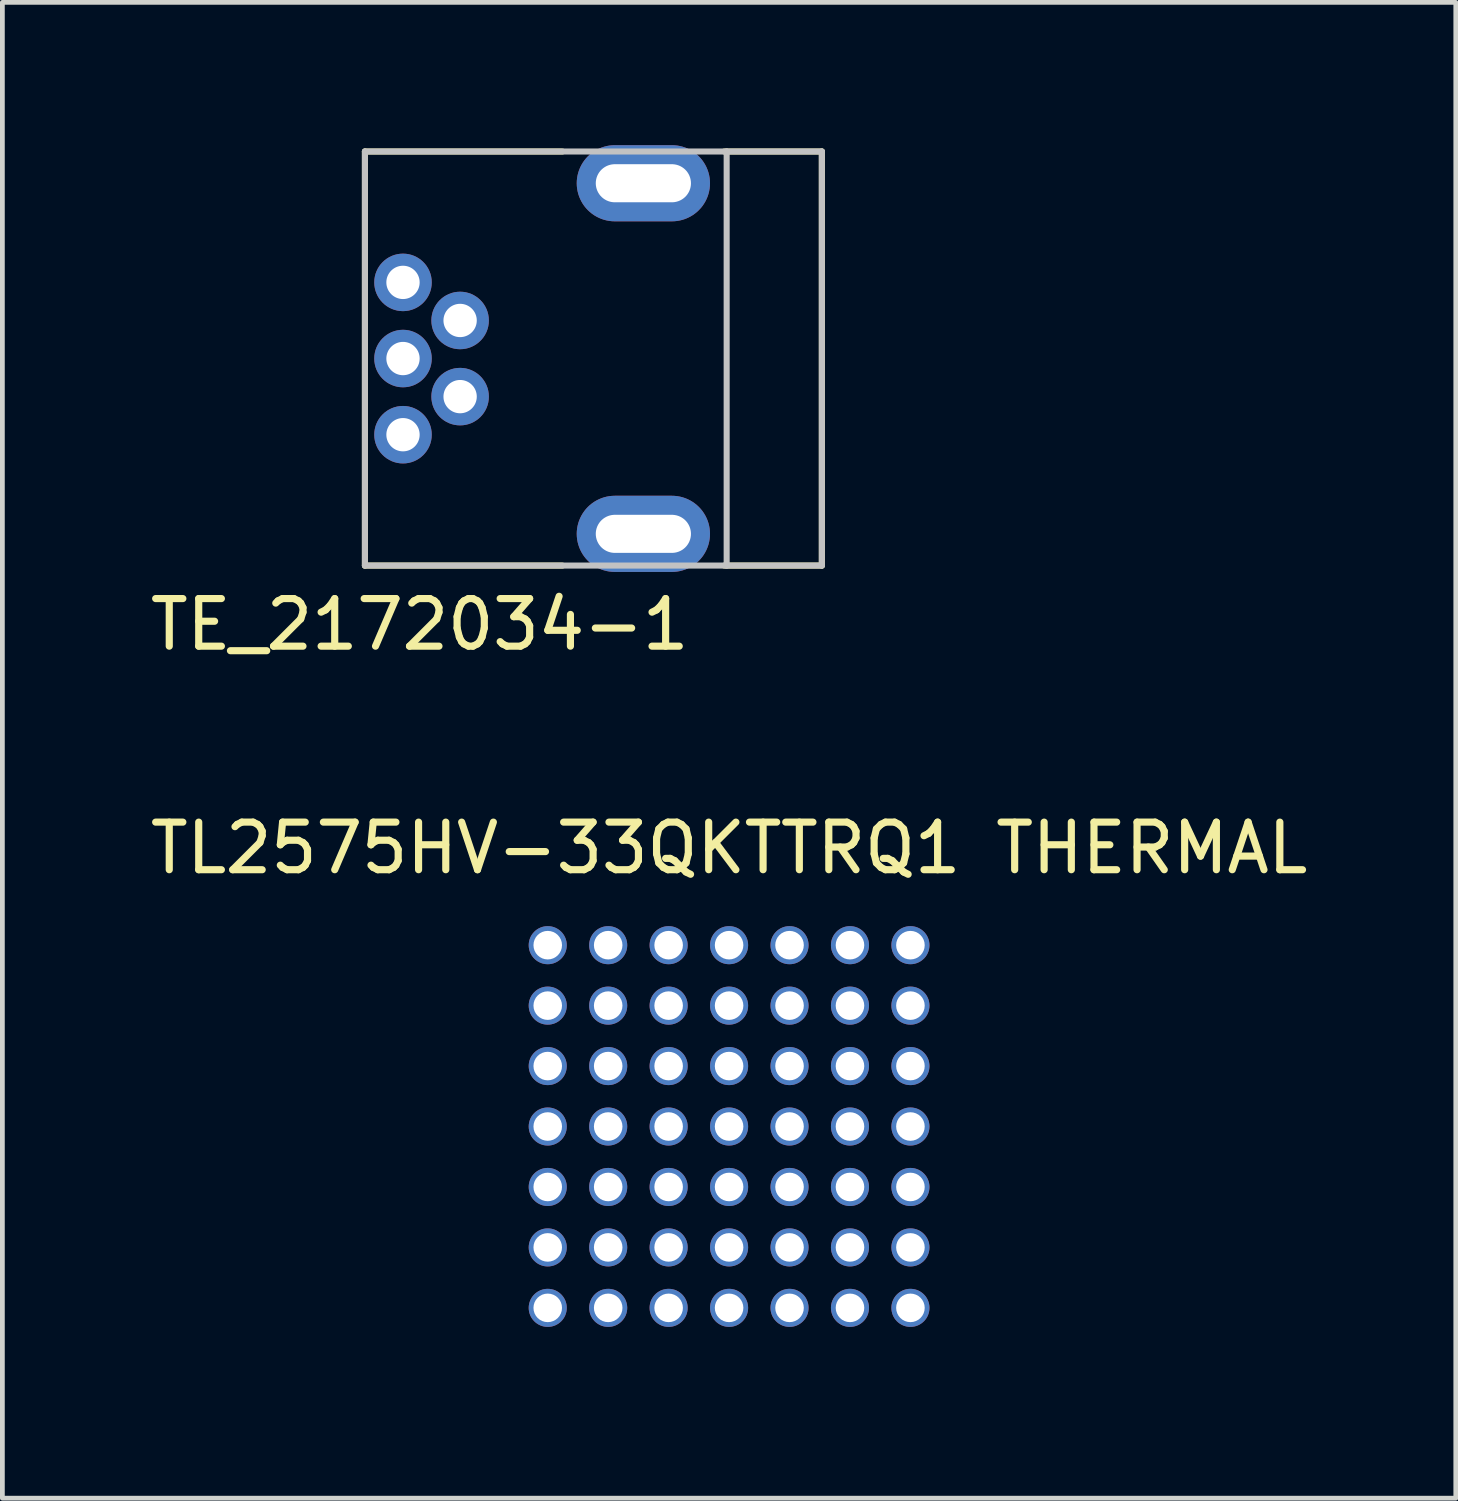
<source format=kicad_pcb>
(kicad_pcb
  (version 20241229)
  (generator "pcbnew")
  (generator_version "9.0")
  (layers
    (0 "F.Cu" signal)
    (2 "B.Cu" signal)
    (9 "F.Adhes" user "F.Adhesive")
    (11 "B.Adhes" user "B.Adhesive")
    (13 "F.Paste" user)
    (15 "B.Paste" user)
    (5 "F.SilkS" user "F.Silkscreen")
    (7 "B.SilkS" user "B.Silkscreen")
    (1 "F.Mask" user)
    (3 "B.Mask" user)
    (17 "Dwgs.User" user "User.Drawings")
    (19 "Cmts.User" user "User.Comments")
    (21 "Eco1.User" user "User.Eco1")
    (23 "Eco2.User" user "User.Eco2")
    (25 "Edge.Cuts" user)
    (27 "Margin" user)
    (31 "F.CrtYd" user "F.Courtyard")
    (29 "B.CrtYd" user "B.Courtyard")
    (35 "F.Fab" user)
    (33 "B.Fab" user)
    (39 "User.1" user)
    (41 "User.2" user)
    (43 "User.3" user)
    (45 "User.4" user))
  (footprint "TL2575HV-33QKTTRQ1 THERMAL"
    (layer "F.Cu")
    (at 12.268 14.268)
    (property "Reference" "TL2575HV-33QKTTRQ1 THERMAL" (at 0 0.5 0) (layer "F.SilkS") (effects (font (size 1 1) (thickness 0.15))))
    (attr through_hole)
    (fp_line (start -3.81 2.54) (end -3.81 10.16) (stroke (width 2) (type solid)) (layer "F.Mask"))
    (fp_line (start -3.81 2.54) (end 3.81 2.54) (stroke (width 2) (type solid)) (layer "F.Mask"))
    (fp_line (start -2.54 3.81) (end -2.54 8.89) (stroke (width 2) (type solid)) (layer "F.Mask"))
    (fp_line (start -1.27 3.81) (end -1.27 8.89) (stroke (width 2) (type solid)) (layer "F.Mask"))
    (fp_line (start 0 3.81) (end 0 8.89) (stroke (width 2) (type solid)) (layer "F.Mask"))
    (fp_line (start 1.27 3.81) (end 1.27 8.89) (stroke (width 2) (type solid)) (layer "F.Mask"))
    (fp_line (start 2.54 3.81) (end 2.54 8.89) (stroke (width 2) (type solid)) (layer "F.Mask"))
    (fp_line (start 3.81 2.54) (end 3.81 10.16) (stroke (width 0.15) (type solid)) (layer "F.Mask"))
    (fp_line (start 3.81 2.54) (end 3.81 10.16) (stroke (width 2) (type solid)) (layer "F.Mask"))
    (fp_line (start 3.81 10.16) (end -3.81 10.16) (stroke (width 2) (type solid)) (layer "F.Mask"))
    (pad "1" thru_hole circle (at -3.81 2.54) (size 0.8 0.8) (drill 0.6) (layers "*.Cu" "*.Mask"))
    (pad "1" thru_hole circle (at -3.81 3.81) (size 0.8 0.8) (drill 0.6) (layers "*.Cu" "*.Mask"))
    (pad "1" thru_hole circle (at -3.81 5.08) (size 0.8 0.8) (drill 0.6) (layers "*.Cu" "*.Mask"))
    (pad "1" thru_hole circle (at -3.81 6.35) (size 0.8 0.8) (drill 0.6) (layers "*.Cu" "*.Mask"))
    (pad "1" thru_hole circle (at -3.81 7.62) (size 0.8 0.8) (drill 0.6) (layers "*.Cu" "*.Mask"))
    (pad "1" thru_hole circle (at -3.81 8.89) (size 0.8 0.8) (drill 0.6) (layers "*.Cu" "*.Mask"))
    (pad "1" thru_hole circle (at -3.81 10.16) (size 0.8 0.8) (drill 0.6) (layers "*.Cu" "*.Mask"))
    (pad "1" thru_hole circle (at -2.54 2.54) (size 0.8 0.8) (drill 0.6) (layers "*.Cu" "*.Mask"))
    (pad "1" thru_hole circle (at -2.54 3.81) (size 0.8 0.8) (drill 0.6) (layers "*.Cu" "*.Mask"))
    (pad "1" thru_hole circle (at -2.54 5.08) (size 0.8 0.8) (drill 0.6) (layers "*.Cu" "*.Mask"))
    (pad "1" thru_hole circle (at -2.54 6.35) (size 0.8 0.8) (drill 0.6) (layers "*.Cu" "*.Mask"))
    (pad "1" thru_hole circle (at -2.54 7.62) (size 0.8 0.8) (drill 0.6) (layers "*.Cu" "*.Mask"))
    (pad "1" thru_hole circle (at -2.54 8.89) (size 0.8 0.8) (drill 0.6) (layers "*.Cu" "*.Mask"))
    (pad "1" thru_hole circle (at -2.54 10.16) (size 0.8 0.8) (drill 0.6) (layers "*.Cu" "*.Mask"))
    (pad "1" thru_hole circle (at -1.27 2.54) (size 0.8 0.8) (drill 0.6) (layers "*.Cu" "*.Mask"))
    (pad "1" thru_hole circle (at -1.27 3.81) (size 0.8 0.8) (drill 0.6) (layers "*.Cu" "*.Mask"))
    (pad "1" thru_hole circle (at -1.27 5.08) (size 0.8 0.8) (drill 0.6) (layers "*.Cu" "*.Mask"))
    (pad "1" thru_hole circle (at -1.27 6.35) (size 0.8 0.8) (drill 0.6) (layers "*.Cu" "*.Mask"))
    (pad "1" thru_hole circle (at -1.27 7.62) (size 0.8 0.8) (drill 0.6) (layers "*.Cu" "*.Mask"))
    (pad "1" thru_hole circle (at -1.27 8.89) (size 0.8 0.8) (drill 0.6) (layers "*.Cu" "*.Mask"))
    (pad "1" thru_hole circle (at -1.27 10.16) (size 0.8 0.8) (drill 0.6) (layers "*.Cu" "*.Mask"))
    (pad "1" thru_hole circle (at 0 2.54) (size 0.8 0.8) (drill 0.6) (layers "*.Cu" "*.Mask"))
    (pad "1" thru_hole circle (at 0 3.81) (size 0.8 0.8) (drill 0.6) (layers "*.Cu" "*.Mask"))
    (pad "1" thru_hole circle (at 0 5.08) (size 0.8 0.8) (drill 0.6) (layers "*.Cu" "*.Mask"))
    (pad "1" thru_hole circle (at 0 6.35) (size 0.8 0.8) (drill 0.6) (layers "*.Cu" "*.Mask"))
    (pad "1" thru_hole circle (at 0 7.62) (size 0.8 0.8) (drill 0.6) (layers "*.Cu" "*.Mask"))
    (pad "1" thru_hole circle (at 0 8.89) (size 0.8 0.8) (drill 0.6) (layers "*.Cu" "*.Mask"))
    (pad "1" thru_hole circle (at 0 10.16) (size 0.8 0.8) (drill 0.6) (layers "*.Cu" "*.Mask"))
    (pad "1" thru_hole circle (at 1.27 2.54) (size 0.8 0.8) (drill 0.6) (layers "*.Cu" "*.Mask"))
    (pad "1" thru_hole circle (at 1.27 3.81) (size 0.8 0.8) (drill 0.6) (layers "*.Cu" "*.Mask"))
    (pad "1" thru_hole circle (at 1.27 5.08) (size 0.8 0.8) (drill 0.6) (layers "*.Cu" "*.Mask"))
    (pad "1" thru_hole circle (at 1.27 6.35) (size 0.8 0.8) (drill 0.6) (layers "*.Cu" "*.Mask"))
    (pad "1" thru_hole circle (at 1.27 7.62) (size 0.8 0.8) (drill 0.6) (layers "*.Cu" "*.Mask"))
    (pad "1" thru_hole circle (at 1.27 8.89) (size 0.8 0.8) (drill 0.6) (layers "*.Cu" "*.Mask"))
    (pad "1" thru_hole circle (at 1.27 10.16) (size 0.8 0.8) (drill 0.6) (layers "*.Cu" "*.Mask"))
    (pad "1" thru_hole circle (at 2.54 2.54) (size 0.8 0.8) (drill 0.6) (layers "*.Cu" "*.Mask"))
    (pad "1" thru_hole circle (at 2.54 3.81) (size 0.8 0.8) (drill 0.6) (layers "*.Cu" "*.Mask"))
    (pad "1" thru_hole circle (at 2.54 5.08) (size 0.8 0.8) (drill 0.6) (layers "*.Cu" "*.Mask"))
    (pad "1" thru_hole circle (at 2.54 6.35) (size 0.8 0.8) (drill 0.6) (layers "*.Cu" "*.Mask"))
    (pad "1" thru_hole circle (at 2.54 7.62) (size 0.8 0.8) (drill 0.6) (layers "*.Cu" "*.Mask"))
    (pad "1" thru_hole circle (at 2.54 8.89) (size 0.8 0.8) (drill 0.6) (layers "*.Cu" "*.Mask"))
    (pad "1" thru_hole circle (at 2.54 10.16) (size 0.8 0.8) (drill 0.6) (layers "*.Cu" "*.Mask"))
    (pad "1" thru_hole circle (at 3.81 2.54) (size 0.8 0.8) (drill 0.6) (layers "*.Cu" "*.Mask"))
    (pad "1" thru_hole circle (at 3.81 3.81) (size 0.8 0.8) (drill 0.6) (layers "*.Cu" "*.Mask"))
    (pad "1" thru_hole circle (at 3.81 5.08) (size 0.8 0.8) (drill 0.6) (layers "*.Cu" "*.Mask"))
    (pad "1" thru_hole circle (at 3.81 6.35) (size 0.8 0.8) (drill 0.6) (layers "*.Cu" "*.Mask"))
    (pad "1" thru_hole circle (at 3.81 7.62) (size 0.8 0.8) (drill 0.6) (layers "*.Cu" "*.Mask"))
    (pad "1" thru_hole circle (at 3.81 8.89) (size 0.8 0.8) (drill 0.6) (layers "*.Cu" "*.Mask"))
    (pad "1" thru_hole circle (at 3.81 10.16) (size 0.8 0.8) (drill 0.6) (layers "*.Cu" "*.Mask")))
  (footprint "TE_2172034-1"
    (layer "F.Cu")
    (at 10.467 4.483)
    (property "Reference" "TE_2172034-1" (at -4.699 5.588 0) (layer "F.SilkS") (effects (font (size 1 1) (thickness 0.15))))
    (attr through_hole)
    (fp_line (start -5.85 -4.35) (end -1.7 -4.35) (stroke (width 0.127) (type solid)) (layer "F.SilkS"))
    (fp_line (start -5.85 4.35) (end -5.85 -4.35) (stroke (width 0.127) (type solid)) (layer "F.SilkS"))
    (fp_line (start -1.7 4.35) (end -5.85 4.35) (stroke (width 0.127) (type solid)) (layer "F.SilkS"))
    (fp_line (start 1.7 -4.35) (end 3.75 -4.35) (stroke (width 0.127) (type solid)) (layer "F.SilkS"))
    (fp_line (start 3.75 -4.35) (end 3.75 4.35) (stroke (width 0.127) (type solid)) (layer "F.SilkS"))
    (fp_line (start 3.75 4.35) (end 1.7 4.35) (stroke (width 0.127) (type solid)) (layer "F.SilkS"))
    (fp_line (start -5.85 -4.35) (end -5.85 4.35) (stroke (width 0.127) (type solid)) (layer "Dwgs.User"))
    (fp_line (start -5.85 4.35) (end 1.75 4.35) (stroke (width 0.127) (type solid)) (layer "Dwgs.User"))
    (fp_line (start 1.75 -4.35) (end -5.85 -4.35) (stroke (width 0.127) (type solid)) (layer "Dwgs.User"))
    (fp_line (start 1.75 -4.35) (end 1.75 4.35) (stroke (width 0.127) (type solid)) (layer "Dwgs.User"))
    (fp_line (start 1.75 4.35) (end 3.75 4.35) (stroke (width 0.127) (type solid)) (layer "Dwgs.User"))
    (fp_line (start 3.75 -4.35) (end 1.75 -4.35) (stroke (width 0.127) (type solid)) (layer "Dwgs.User"))
    (fp_line (start 3.75 4.35) (end 3.75 -4.35) (stroke (width 0.127) (type solid)) (layer "Dwgs.User"))
    (fp_line (start -0.6 -4) (end 0.6 -4) (stroke (width 0.0001) (type solid)) (layer "Edge.Cuts"))
    (fp_line (start -0.6 -3.3) (end 0.6 -3.3) (stroke (width 0.0001) (type solid)) (layer "Edge.Cuts"))
    (fp_line (start -0.6 3.3) (end 0.6 3.3) (stroke (width 0.0001) (type solid)) (layer "Edge.Cuts"))
    (fp_line (start -0.6 4) (end 0.6 4) (stroke (width 0.0001) (type solid)) (layer "Edge.Cuts"))
    (fp_arc (start -0.95 -3.65) (mid -0.847487 -3.897487) (end -0.6 -4) (stroke (width 0.0001) (type solid)) (layer "Edge.Cuts"))
    (fp_arc (start -0.95 3.65) (mid -0.847487 3.402513) (end -0.6 3.3) (stroke (width 0.0001) (type solid)) (layer "Edge.Cuts"))
    (fp_arc (start -0.6 -3.3) (mid -0.847487 -3.402513) (end -0.95 -3.65) (stroke (width 0.0001) (type solid)) (layer "Edge.Cuts"))
    (fp_arc (start -0.6 4) (mid -0.847487 3.897487) (end -0.95 3.65) (stroke (width 0.0001) (type solid)) (layer "Edge.Cuts"))
    (fp_arc (start 0.6 -4) (mid 0.847487 -3.897487) (end 0.95 -3.65) (stroke (width 0.0001) (type solid)) (layer "Edge.Cuts"))
    (fp_arc (start 0.6 3.3) (mid 0.847487 3.402513) (end 0.95 3.65) (stroke (width 0.0001) (type solid)) (layer "Edge.Cuts"))
    (fp_arc (start 0.95 -3.65) (mid 0.847487 -3.402513) (end 0.6 -3.3) (stroke (width 0.0001) (type solid)) (layer "Edge.Cuts"))
    (fp_arc (start 0.95 3.65) (mid 0.847487 3.897487) (end 0.6 4) (stroke (width 0.0001) (type solid)) (layer "Edge.Cuts"))
    (pad "1" thru_hole circle (at -5.05 1.6) (size 1.208 1.208) (drill 0.7) (layers "*.Cu" "*.Mask"))
    (pad "2" thru_hole circle (at -3.85 0.8) (size 1.208 1.208) (drill 0.7) (layers "*.Cu" "*.Mask"))
    (pad "3" thru_hole circle (at -5.05 0) (size 1.208 1.208) (drill 0.7) (layers "*.Cu" "*.Mask"))
    (pad "4" thru_hole circle (at -3.85 -0.8) (size 1.208 1.208) (drill 0.7) (layers "*.Cu" "*.Mask"))
    (pad "5" thru_hole circle (at -5.05 -1.6) (size 1.208 1.208) (drill 0.7) (layers "*.Cu" "*.Mask"))
    (pad "6" thru_hole oval (at 0 -3.683) (size 2.8 1.6) (drill oval 2 0.8) (layers "*.Cu" "*.Mask"))
    (pad "6" thru_hole oval (at 0 3.683) (size 2.8 1.6) (drill oval 2 0.8) (layers "*.Cu" "*.Mask")))
  (gr_rect
    (start -3 -3)
    (end 27.536 28.427)
    (stroke (width 0.1) (type default))
    (fill no)
    (layer "Edge.Cuts")))
</source>
